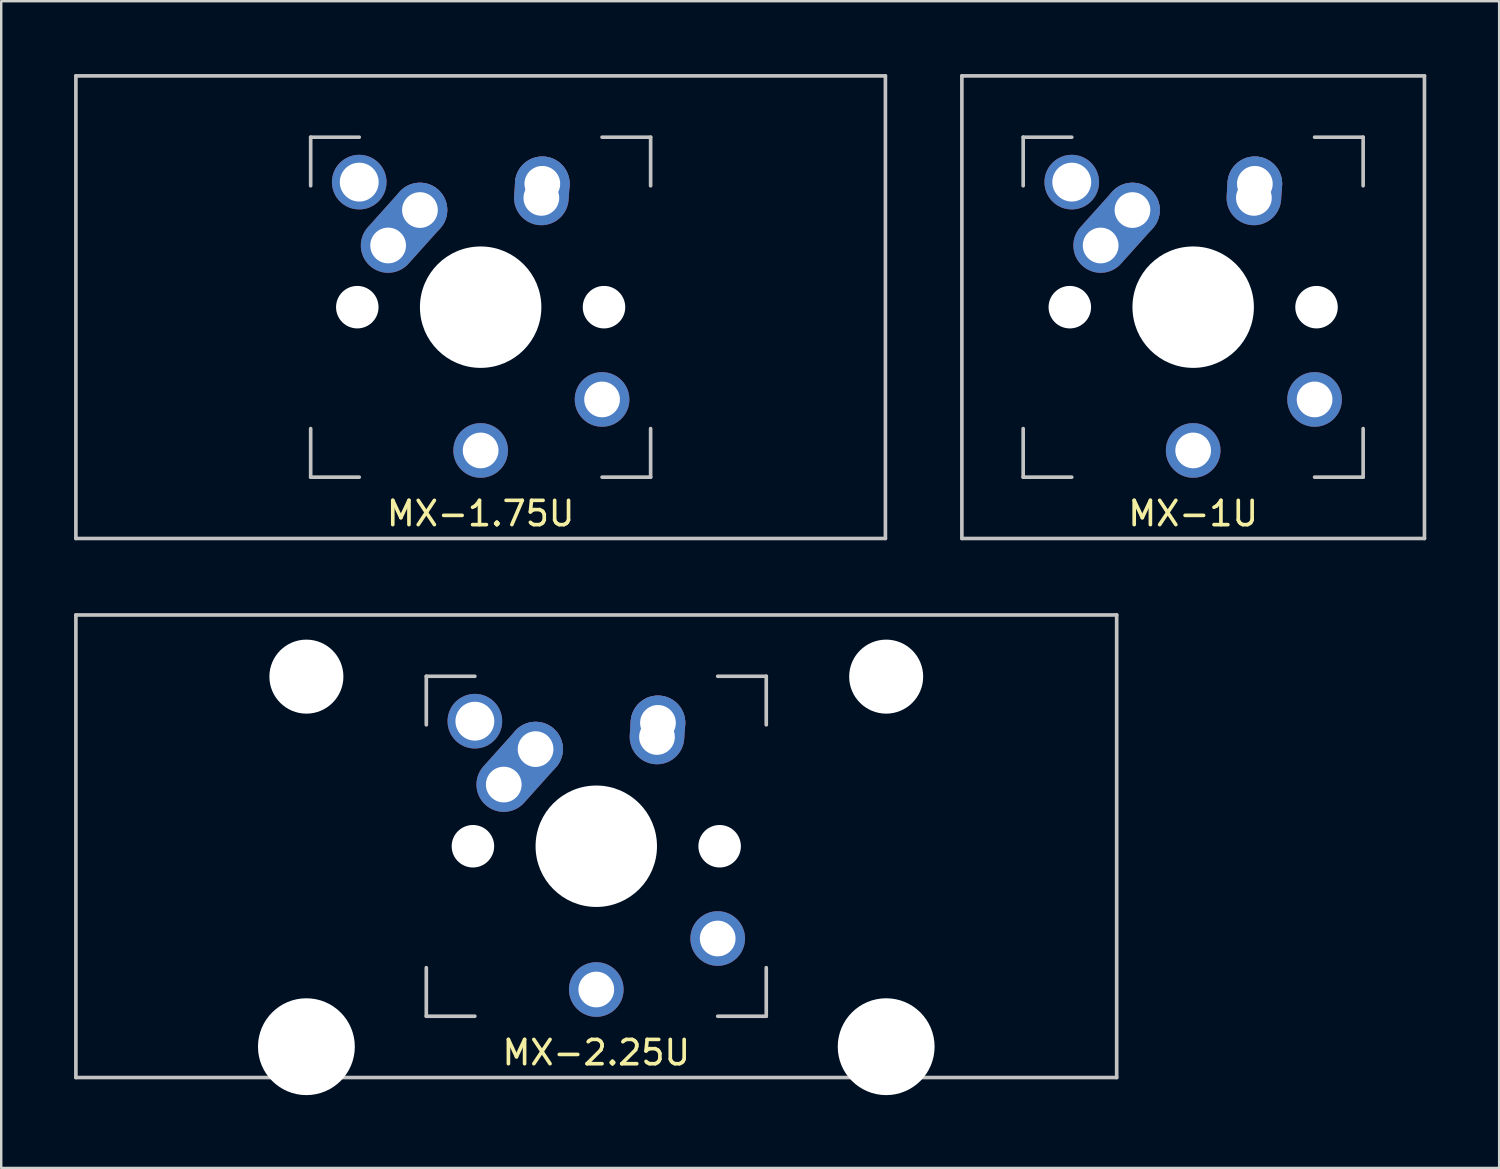
<source format=kicad_pcb>
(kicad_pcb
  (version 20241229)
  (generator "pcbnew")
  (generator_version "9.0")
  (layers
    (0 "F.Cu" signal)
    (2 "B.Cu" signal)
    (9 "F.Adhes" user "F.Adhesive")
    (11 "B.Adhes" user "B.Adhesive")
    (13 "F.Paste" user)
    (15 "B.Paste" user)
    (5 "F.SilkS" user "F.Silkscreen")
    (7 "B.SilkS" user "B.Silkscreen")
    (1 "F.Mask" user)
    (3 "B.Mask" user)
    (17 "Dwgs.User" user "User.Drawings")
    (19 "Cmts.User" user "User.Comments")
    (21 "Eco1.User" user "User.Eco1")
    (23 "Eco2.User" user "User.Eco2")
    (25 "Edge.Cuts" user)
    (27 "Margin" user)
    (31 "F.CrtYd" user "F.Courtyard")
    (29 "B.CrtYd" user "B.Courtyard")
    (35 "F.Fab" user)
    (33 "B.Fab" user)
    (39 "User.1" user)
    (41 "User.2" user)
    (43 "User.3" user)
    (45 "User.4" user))
  (footprint "MX-1.75U"
    (layer "F.Cu")
    (at 16.744 9.6)
    (property "Reference" "MX-1.75U" (at 0 8.5 0) (layer "F.SilkS") (effects (font (size 1 1) (thickness 0.15))))
    (attr through_hole)
    (fp_line (start -16.669 -9.525) (end 16.669 -9.525) (stroke (width 0.15) (type solid)) (layer "Dwgs.User"))
    (fp_line (start -16.669 9.525) (end -16.669 -9.525) (stroke (width 0.15) (type solid)) (layer "Dwgs.User"))
    (fp_line (start -7 -7) (end -7 -5) (stroke (width 0.15) (type solid)) (layer "Dwgs.User"))
    (fp_line (start -7 5) (end -7 7) (stroke (width 0.15) (type solid)) (layer "Dwgs.User"))
    (fp_line (start -7 7) (end -5 7) (stroke (width 0.15) (type solid)) (layer "Dwgs.User"))
    (fp_line (start -5 -7) (end -7 -7) (stroke (width 0.15) (type solid)) (layer "Dwgs.User"))
    (fp_line (start 5 -7) (end 7 -7) (stroke (width 0.15) (type solid)) (layer "Dwgs.User"))
    (fp_line (start 5 7) (end 7 7) (stroke (width 0.15) (type solid)) (layer "Dwgs.User"))
    (fp_line (start 7 -7) (end 7 -5) (stroke (width 0.15) (type solid)) (layer "Dwgs.User"))
    (fp_line (start 7 7) (end 7 5) (stroke (width 0.15) (type solid)) (layer "Dwgs.User"))
    (fp_line (start 16.669 -9.525) (end 16.669 9.525) (stroke (width 0.15) (type solid)) (layer "Dwgs.User"))
    (fp_line (start 16.669 9.525) (end -16.669 9.525) (stroke (width 0.15) (type solid)) (layer "Dwgs.User"))
    (pad "" np_thru_hole circle (at -5.08 0 48.1) (size 1.75 1.75) (drill 1.75) (layers "*.Cu" "*.Mask"))
    (pad "" thru_hole circle (at -5 -5.15) (size 2.25 2.25) (drill 1.6) (layers "*.Cu" "B.Mask"))
    (pad "" np_thru_hole circle (at 0 0) (size 5 5) (drill 5) (layers "*.Cu" "*.Mask"))
    (pad "" np_thru_hole circle (at 5.08 0 48.1) (size 1.75 1.75) (drill 1.75) (layers "*.Cu" "*.Mask"))
    (pad "1" thru_hole oval (at -3.81 -2.54 48.1) (size 4.212 2.25) (drill 1.47 (offset 0.981 0)) (layers "*.Cu" "B.Mask"))
    (pad "1" thru_hole circle (at -2.5 -4) (size 2.25 2.25) (drill 1.47) (layers "*.Cu" "B.Mask"))
    (pad "1" thru_hole circle (at 5 3.8) (size 2.25 2.25) (drill 1.47) (layers "*.Cu" "B.Mask"))
    (pad "2" thru_hole circle (at 0 5.9) (size 2.25 2.25) (drill 1.47) (layers "*.Cu" "B.Mask"))
    (pad "2" thru_hole oval (at 2.5 -4.5 86.055) (size 2.831 2.25) (drill 1.47 (offset 0.291 0)) (layers "*.Cu" "B.Mask"))
    (pad "2" thru_hole circle (at 2.54 -5.08) (size 2.25 2.25) (drill 1.47) (layers "*.Cu" "B.Mask")))
  (footprint "MX-2.25U"
    (layer "F.Cu")
    (at 21.506 31.8)
    (property "Reference" "MX-2.25U" (at 0 8.5 0) (layer "F.SilkS") (effects (font (size 1 1) (thickness 0.15))))
    (attr through_hole)
    (fp_line (start -21.431 -9.525) (end 21.431 -9.525) (stroke (width 0.15) (type solid)) (layer "Dwgs.User"))
    (fp_line (start -21.431 9.525) (end -21.431 -9.525) (stroke (width 0.15) (type solid)) (layer "Dwgs.User"))
    (fp_line (start -21.431 9.525) (end 21.431 9.525) (stroke (width 0.15) (type solid)) (layer "Dwgs.User"))
    (fp_line (start -7 -7) (end -7 -5) (stroke (width 0.15) (type solid)) (layer "Dwgs.User"))
    (fp_line (start -7 5) (end -7 7) (stroke (width 0.15) (type solid)) (layer "Dwgs.User"))
    (fp_line (start -7 7) (end -5 7) (stroke (width 0.15) (type solid)) (layer "Dwgs.User"))
    (fp_line (start -5 -7) (end -7 -7) (stroke (width 0.15) (type solid)) (layer "Dwgs.User"))
    (fp_line (start 5 -7) (end 7 -7) (stroke (width 0.15) (type solid)) (layer "Dwgs.User"))
    (fp_line (start 5 7) (end 7 7) (stroke (width 0.15) (type solid)) (layer "Dwgs.User"))
    (fp_line (start 7 -7) (end 7 -5) (stroke (width 0.15) (type solid)) (layer "Dwgs.User"))
    (fp_line (start 7 7) (end 7 5) (stroke (width 0.15) (type solid)) (layer "Dwgs.User"))
    (fp_line (start 21.431 -9.525) (end 21.431 9.525) (stroke (width 0.15) (type solid)) (layer "Dwgs.User"))
    (pad "" np_thru_hole circle (at -11.938 -6.985) (size 3.048 3.048) (drill 3.048) (layers "*.Cu" "*.Mask"))
    (pad "" np_thru_hole circle (at -11.938 8.255) (size 3.988 3.988) (drill 3.988) (layers "*.Cu" "*.Mask"))
    (pad "" np_thru_hole circle (at -5.08 0 48.1) (size 1.75 1.75) (drill 1.75) (layers "*.Cu" "*.Mask"))
    (pad "" thru_hole circle (at -5 -5.15) (size 2.25 2.25) (drill 1.6) (layers "*.Cu" "B.Mask"))
    (pad "" np_thru_hole circle (at 0 0) (size 5 5) (drill 5) (layers "*.Cu" "*.Mask"))
    (pad "" np_thru_hole circle (at 5.08 0 48.1) (size 1.75 1.75) (drill 1.75) (layers "*.Cu" "*.Mask"))
    (pad "" np_thru_hole circle (at 11.938 -6.985) (size 3.048 3.048) (drill 3.048) (layers "*.Cu" "*.Mask"))
    (pad "" np_thru_hole circle (at 11.938 8.255) (size 3.988 3.988) (drill 3.988) (layers "*.Cu" "*.Mask"))
    (pad "1" thru_hole oval (at -3.81 -2.54 48.1) (size 4.212 2.25) (drill 1.47 (offset 0.981 0)) (layers "*.Cu" "B.Mask"))
    (pad "1" thru_hole circle (at -2.5 -4) (size 2.25 2.25) (drill 1.47) (layers "*.Cu" "B.Mask"))
    (pad "1" thru_hole circle (at 5 3.8) (size 2.25 2.25) (drill 1.47) (layers "*.Cu" "B.Mask"))
    (pad "2" thru_hole circle (at 0 5.9) (size 2.25 2.25) (drill 1.47) (layers "*.Cu" "B.Mask"))
    (pad "2" thru_hole oval (at 2.5 -4.5 86.055) (size 2.831 2.25) (drill 1.47 (offset 0.291 0)) (layers "*.Cu" "B.Mask"))
    (pad "2" thru_hole circle (at 2.54 -5.08) (size 2.25 2.25) (drill 1.47) (layers "*.Cu" "B.Mask")))
  (footprint "MX-1U"
    (layer "F.Cu")
    (at 46.087 9.6)
    (property "Reference" "MX-1U" (at 0 8.5 0) (layer "F.SilkS") (effects (font (size 1 1) (thickness 0.15))))
    (attr through_hole)
    (fp_line (start -9.525 -9.525) (end 9.525 -9.525) (stroke (width 0.15) (type solid)) (layer "Dwgs.User"))
    (fp_line (start -9.525 9.525) (end -9.525 -9.525) (stroke (width 0.15) (type solid)) (layer "Dwgs.User"))
    (fp_line (start -7 -7) (end -7 -5) (stroke (width 0.15) (type solid)) (layer "Dwgs.User"))
    (fp_line (start -7 5) (end -7 7) (stroke (width 0.15) (type solid)) (layer "Dwgs.User"))
    (fp_line (start -7 7) (end -5 7) (stroke (width 0.15) (type solid)) (layer "Dwgs.User"))
    (fp_line (start -5 -7) (end -7 -7) (stroke (width 0.15) (type solid)) (layer "Dwgs.User"))
    (fp_line (start 5 -7) (end 7 -7) (stroke (width 0.15) (type solid)) (layer "Dwgs.User"))
    (fp_line (start 5 7) (end 7 7) (stroke (width 0.15) (type solid)) (layer "Dwgs.User"))
    (fp_line (start 7 -7) (end 7 -5) (stroke (width 0.15) (type solid)) (layer "Dwgs.User"))
    (fp_line (start 7 7) (end 7 5) (stroke (width 0.15) (type solid)) (layer "Dwgs.User"))
    (fp_line (start 9.525 -9.525) (end 9.525 9.525) (stroke (width 0.15) (type solid)) (layer "Dwgs.User"))
    (fp_line (start 9.525 9.525) (end -9.525 9.525) (stroke (width 0.15) (type solid)) (layer "Dwgs.User"))
    (pad "" np_thru_hole circle (at -5.08 0 48.1) (size 1.75 1.75) (drill 1.75) (layers "*.Cu" "*.Mask"))
    (pad "" thru_hole circle (at -5 -5.15) (size 2.25 2.25) (drill 1.6) (layers "*.Cu" "B.Mask"))
    (pad "" np_thru_hole circle (at 0 0) (size 5 5) (drill 5) (layers "*.Cu" "*.Mask"))
    (pad "" np_thru_hole circle (at 5.08 0 48.1) (size 1.75 1.75) (drill 1.75) (layers "*.Cu" "*.Mask"))
    (pad "1" thru_hole oval (at -3.81 -2.54 48.1) (size 4.212 2.25) (drill 1.47 (offset 0.981 0)) (layers "*.Cu" "B.Mask"))
    (pad "1" thru_hole circle (at -2.5 -4) (size 2.25 2.25) (drill 1.47) (layers "*.Cu" "B.Mask"))
    (pad "1" thru_hole circle (at 5 3.8) (size 2.25 2.25) (drill 1.47) (layers "*.Cu" "B.Mask"))
    (pad "2" thru_hole circle (at 0 5.9) (size 2.25 2.25) (drill 1.47) (layers "*.Cu" "B.Mask"))
    (pad "2" thru_hole oval (at 2.5 -4.5 86.055) (size 2.831 2.25) (drill 1.47 (offset 0.291 0)) (layers "*.Cu" "B.Mask"))
    (pad "2" thru_hole circle (at 2.54 -5.08) (size 2.25 2.25) (drill 1.47) (layers "*.Cu" "B.Mask")))
  (gr_rect
    (start -3 -3)
    (end 58.688 45.049)
    (stroke (width 0.1) (type default))
    (fill no)
    (layer "Edge.Cuts")))
</source>
